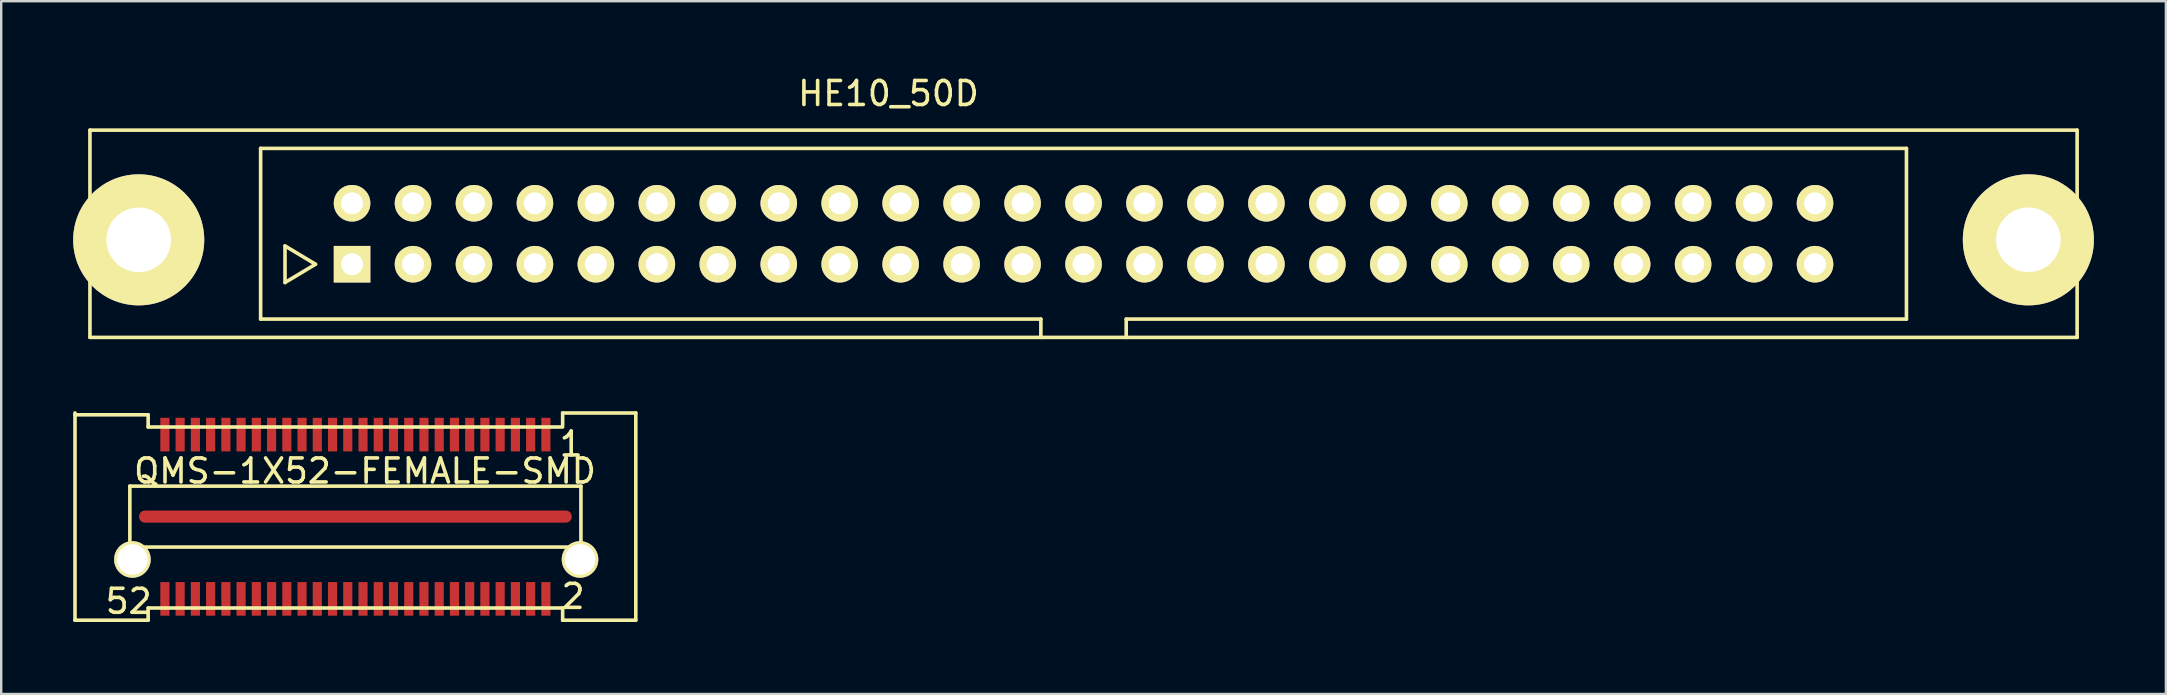
<source format=kicad_pcb>
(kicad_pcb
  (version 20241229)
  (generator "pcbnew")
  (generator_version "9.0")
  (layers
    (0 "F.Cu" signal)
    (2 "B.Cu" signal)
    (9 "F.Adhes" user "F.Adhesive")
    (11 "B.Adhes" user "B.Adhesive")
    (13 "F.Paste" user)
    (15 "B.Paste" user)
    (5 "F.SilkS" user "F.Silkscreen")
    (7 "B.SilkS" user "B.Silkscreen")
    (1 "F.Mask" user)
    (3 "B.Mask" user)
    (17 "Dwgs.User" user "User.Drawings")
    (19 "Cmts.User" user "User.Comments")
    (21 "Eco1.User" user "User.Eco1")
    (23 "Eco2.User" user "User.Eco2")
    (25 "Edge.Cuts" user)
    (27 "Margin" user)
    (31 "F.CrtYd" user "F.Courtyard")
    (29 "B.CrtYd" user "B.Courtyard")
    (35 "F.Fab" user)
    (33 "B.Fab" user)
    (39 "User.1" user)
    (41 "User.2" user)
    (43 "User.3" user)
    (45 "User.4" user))
  (footprint "QMS-1X52-FEMALE-SMD"
    (layer "F.Cu")
    (at 11.759 18.476)
    (property "Reference" "QMS-1X52-FEMALE-SMD" (at 0.4 -1.9 0) (layer "F.SilkS") (effects (font (size 1 1) (thickness 0.15))))
    (attr smd)
    (fp_line (start -11.684 -4.318) (end -11.684 4.318) (stroke (width 0.15) (type solid)) (layer "F.SilkS"))
    (fp_line (start -9.398 -1.27) (end -9.398 1.27) (stroke (width 0.15) (type solid)) (layer "F.SilkS"))
    (fp_line (start -9.398 1.27) (end 9.398 1.27) (stroke (width 0.15) (type solid)) (layer "F.SilkS"))
    (fp_line (start -8.636 -4.242) (end -11.684 -4.242) (stroke (width 0.15) (type solid)) (layer "F.SilkS"))
    (fp_line (start -8.636 -3.734) (end -8.636 -4.242) (stroke (width 0.15) (type solid)) (layer "F.SilkS"))
    (fp_line (start -8.636 3.81) (end 8.636 3.81) (stroke (width 0.15) (type solid)) (layer "F.SilkS"))
    (fp_line (start -8.636 4.318) (end -11.684 4.318) (stroke (width 0.15) (type solid)) (layer "F.SilkS"))
    (fp_line (start -8.636 4.318) (end -8.636 3.81) (stroke (width 0.15) (type solid)) (layer "F.SilkS"))
    (fp_line (start 8.636 -4.318) (end 8.636 -3.81) (stroke (width 0.15) (type solid)) (layer "F.SilkS"))
    (fp_line (start 8.636 -3.734) (end -8.636 -3.734) (stroke (width 0.15) (type solid)) (layer "F.SilkS"))
    (fp_line (start 8.636 3.81) (end 8.636 4.318) (stroke (width 0.15) (type solid)) (layer "F.SilkS"))
    (fp_line (start 8.636 4.318) (end 11.684 4.318) (stroke (width 0.15) (type solid)) (layer "F.SilkS"))
    (fp_line (start 9.398 -1.27) (end -9.398 -1.27) (stroke (width 0.15) (type solid)) (layer "F.SilkS"))
    (fp_line (start 9.398 1.27) (end 9.398 -1.27) (stroke (width 0.15) (type solid)) (layer "F.SilkS"))
    (fp_line (start 11.684 -4.318) (end 8.636 -4.318) (stroke (width 0.15) (type solid)) (layer "F.SilkS"))
    (fp_line (start 11.684 4.318) (end 11.684 -4.318) (stroke (width 0.15) (type solid)) (layer "F.SilkS"))
    (fp_text user "1" (at 8.992 -3.023 0) (layer "F.SilkS") (effects (font (size 1 1) (thickness 0.15))))
    (fp_text user "52" (at -9.449 3.531 0) (layer "F.SilkS") (effects (font (size 1 1) (thickness 0.15))))
    (fp_text user "2" (at 9.068 3.327 0) (layer "F.SilkS") (effects (font (size 1 1) (thickness 0.15))))
    (pad "" thru_hole circle (at -9.291 1.786) (size 1.524 1.524) (drill 1.27) (layers "*.Cu" "*.Mask" "F.SilkS"))
    (pad "" thru_hole circle (at 9.36 1.786) (size 1.524 1.524) (drill 1.27) (layers "*.Cu" "*.Mask" "F.SilkS"))
    (pad "1" smd rect (at 7.938 -3.416) (size 0.381 1.4) (layers "F.Cu" "F.Mask" "F.Paste"))
    (pad "2" smd rect (at 7.938 3.429) (size 0.381 1.4) (layers "F.Cu" "F.Mask" "F.Paste"))
    (pad "3" smd rect (at 7.303 -3.416) (size 0.381 1.4) (layers "F.Cu" "F.Mask" "F.Paste"))
    (pad "4" smd rect (at 7.303 3.429) (size 0.381 1.4) (layers "F.Cu" "F.Mask" "F.Paste"))
    (pad "5" smd rect (at 6.668 -3.416) (size 0.381 1.4) (layers "F.Cu" "F.Mask" "F.Paste"))
    (pad "6" smd rect (at 6.668 3.429) (size 0.381 1.4) (layers "F.Cu" "F.Mask" "F.Paste"))
    (pad "7" smd rect (at 6.032 -3.416) (size 0.381 1.4) (layers "F.Cu" "F.Mask" "F.Paste"))
    (pad "8" smd rect (at 6.032 3.429) (size 0.381 1.4) (layers "F.Cu" "F.Mask" "F.Paste"))
    (pad "9" smd rect (at 5.397 -3.416) (size 0.381 1.4) (layers "F.Cu" "F.Mask" "F.Paste"))
    (pad "10" smd rect (at 5.397 3.429) (size 0.381 1.4) (layers "F.Cu" "F.Mask" "F.Paste"))
    (pad "11" smd rect (at 4.763 -3.416) (size 0.381 1.4) (layers "F.Cu" "F.Mask" "F.Paste"))
    (pad "12" smd rect (at 4.763 3.429) (size 0.381 1.4) (layers "F.Cu" "F.Mask" "F.Paste"))
    (pad "13" smd rect (at 4.128 -3.416) (size 0.381 1.4) (layers "F.Cu" "F.Mask" "F.Paste"))
    (pad "14" smd rect (at 4.128 3.429) (size 0.381 1.4) (layers "F.Cu" "F.Mask" "F.Paste"))
    (pad "15" smd rect (at 3.493 -3.416) (size 0.381 1.4) (layers "F.Cu" "F.Mask" "F.Paste"))
    (pad "16" smd rect (at 3.493 3.429) (size 0.381 1.4) (layers "F.Cu" "F.Mask" "F.Paste"))
    (pad "17" smd rect (at 2.857 -3.416) (size 0.381 1.4) (layers "F.Cu" "F.Mask" "F.Paste"))
    (pad "18" smd rect (at 2.857 3.429) (size 0.381 1.4) (layers "F.Cu" "F.Mask" "F.Paste"))
    (pad "19" smd rect (at 2.223 -3.416) (size 0.381 1.4) (layers "F.Cu" "F.Mask" "F.Paste"))
    (pad "20" smd rect (at 2.223 3.429) (size 0.381 1.4) (layers "F.Cu" "F.Mask" "F.Paste"))
    (pad "21" smd rect (at 1.587 -3.416) (size 0.381 1.4) (layers "F.Cu" "F.Mask" "F.Paste"))
    (pad "22" smd rect (at 1.587 3.429) (size 0.381 1.4) (layers "F.Cu" "F.Mask" "F.Paste"))
    (pad "23" smd rect (at 0.953 -3.416) (size 0.381 1.4) (layers "F.Cu" "F.Mask" "F.Paste"))
    (pad "24" smd rect (at 0.953 3.429) (size 0.381 1.4) (layers "F.Cu" "F.Mask" "F.Paste"))
    (pad "25" smd rect (at 0.318 -3.416) (size 0.381 1.4) (layers "F.Cu" "F.Mask" "F.Paste"))
    (pad "26" smd rect (at 0.318 3.429) (size 0.381 1.4) (layers "F.Cu" "F.Mask" "F.Paste"))
    (pad "27" smd rect (at -0.318 -3.416) (size 0.381 1.4) (layers "F.Cu" "F.Mask" "F.Paste"))
    (pad "28" smd rect (at -0.318 3.429) (size 0.381 1.4) (layers "F.Cu" "F.Mask" "F.Paste"))
    (pad "29" smd rect (at -0.953 -3.416) (size 0.381 1.4) (layers "F.Cu" "F.Mask" "F.Paste"))
    (pad "30" smd rect (at -0.953 3.429) (size 0.381 1.4) (layers "F.Cu" "F.Mask" "F.Paste"))
    (pad "31" smd rect (at -1.587 -3.416) (size 0.381 1.4) (layers "F.Cu" "F.Mask" "F.Paste"))
    (pad "32" smd rect (at -1.587 3.429) (size 0.381 1.4) (layers "F.Cu" "F.Mask" "F.Paste"))
    (pad "33" smd rect (at -2.223 -3.416) (size 0.381 1.4) (layers "F.Cu" "F.Mask" "F.Paste"))
    (pad "34" smd rect (at -2.223 3.429) (size 0.381 1.4) (layers "F.Cu" "F.Mask" "F.Paste"))
    (pad "35" smd rect (at -2.857 -3.416) (size 0.381 1.4) (layers "F.Cu" "F.Mask" "F.Paste"))
    (pad "36" smd rect (at -2.857 3.429) (size 0.381 1.4) (layers "F.Cu" "F.Mask" "F.Paste"))
    (pad "37" smd rect (at -3.493 -3.416) (size 0.381 1.4) (layers "F.Cu" "F.Mask" "F.Paste"))
    (pad "38" smd rect (at -3.493 3.429) (size 0.381 1.4) (layers "F.Cu" "F.Mask" "F.Paste"))
    (pad "39" smd rect (at -4.128 -3.416) (size 0.381 1.4) (layers "F.Cu" "F.Mask" "F.Paste"))
    (pad "40" smd rect (at -4.128 3.429) (size 0.381 1.4) (layers "F.Cu" "F.Mask" "F.Paste"))
    (pad "41" smd rect (at -4.763 -3.416) (size 0.381 1.4) (layers "F.Cu" "F.Mask" "F.Paste"))
    (pad "42" smd rect (at -4.763 3.429) (size 0.381 1.4) (layers "F.Cu" "F.Mask" "F.Paste"))
    (pad "43" smd rect (at -5.397 -3.416) (size 0.381 1.4) (layers "F.Cu" "F.Mask" "F.Paste"))
    (pad "44" smd rect (at -5.397 3.429) (size 0.381 1.4) (layers "F.Cu" "F.Mask" "F.Paste"))
    (pad "45" smd rect (at -6.032 -3.416) (size 0.381 1.4) (layers "F.Cu" "F.Mask" "F.Paste"))
    (pad "46" smd rect (at -6.032 3.429) (size 0.381 1.4) (layers "F.Cu" "F.Mask" "F.Paste"))
    (pad "47" smd rect (at -6.668 -3.416) (size 0.381 1.4) (layers "F.Cu" "F.Mask" "F.Paste"))
    (pad "48" smd rect (at -6.668 3.429) (size 0.381 1.4) (layers "F.Cu" "F.Mask" "F.Paste"))
    (pad "49" smd rect (at -7.303 -3.416) (size 0.381 1.4) (layers "F.Cu" "F.Mask" "F.Paste"))
    (pad "50" smd rect (at -7.303 3.429) (size 0.381 1.4) (layers "F.Cu" "F.Mask" "F.Paste"))
    (pad "51" smd rect (at -7.938 -3.416) (size 0.381 1.4) (layers "F.Cu" "F.Mask" "F.Paste"))
    (pad "52" smd rect (at -7.938 3.429) (size 0.381 1.4) (layers "F.Cu" "F.Mask" "F.Paste"))
    (pad "53" smd oval (at 0 0) (size 18.034 0.508) (layers "F.Cu" "F.Mask" "F.Paste")))
  (footprint "HE10_50D"
    (layer "F.Cu")
    (at 42.1 6.69)
    (property "Reference" "HE10_50D" (at -8.128 -5.842 0) (layer "F.SilkS") (effects (font (size 1 1) (thickness 0.15))))
    (attr through_hole)
    (fp_line (start -41.402 -4.318) (end -41.402 4.318) (stroke (width 0.15) (type solid)) (layer "F.SilkS"))
    (fp_line (start -41.402 4.318) (end 41.402 4.318) (stroke (width 0.15) (type solid)) (layer "F.SilkS"))
    (fp_line (start -34.29 -3.556) (end 34.29 -3.556) (stroke (width 0.15) (type solid)) (layer "F.SilkS"))
    (fp_line (start -34.29 3.556) (end -34.29 -3.556) (stroke (width 0.15) (type solid)) (layer "F.SilkS"))
    (fp_line (start -33.274 0.508) (end -33.274 2.032) (stroke (width 0.15) (type solid)) (layer "F.SilkS"))
    (fp_line (start -33.274 2.032) (end -32.004 1.27) (stroke (width 0.15) (type solid)) (layer "F.SilkS"))
    (fp_line (start -32.004 1.27) (end -33.274 0.508) (stroke (width 0.15) (type solid)) (layer "F.SilkS"))
    (fp_line (start -1.778 3.556) (end -34.29 3.556) (stroke (width 0.15) (type solid)) (layer "F.SilkS"))
    (fp_line (start -1.778 4.318) (end -1.778 3.556) (stroke (width 0.15) (type solid)) (layer "F.SilkS"))
    (fp_line (start 1.778 3.556) (end 1.778 4.318) (stroke (width 0.15) (type solid)) (layer "F.SilkS"))
    (fp_line (start 34.29 -3.556) (end 34.29 3.556) (stroke (width 0.15) (type solid)) (layer "F.SilkS"))
    (fp_line (start 34.29 3.556) (end 1.778 3.556) (stroke (width 0.15) (type solid)) (layer "F.SilkS"))
    (fp_line (start 41.402 -4.318) (end -41.402 -4.318) (stroke (width 0.15) (type solid)) (layer "F.SilkS"))
    (fp_line (start 41.402 4.318) (end 41.402 -4.318) (stroke (width 0.15) (type solid)) (layer "F.SilkS"))
    (pad "" thru_hole circle (at -39.37 0.254) (size 5.461 5.461) (drill 2.692) (layers "*.Cu" "*.Mask" "F.SilkS"))
    (pad "" thru_hole circle (at 39.37 0.254) (size 5.461 5.461) (drill 2.692) (layers "*.Cu" "*.Mask" "F.SilkS"))
    (pad "1" thru_hole rect (at -30.48 1.27) (size 1.524 1.524) (drill 0.914) (layers "*.Cu" "*.Mask" "F.SilkS"))
    (pad "2" thru_hole circle (at -30.48 -1.27) (size 1.524 1.524) (drill 0.914) (layers "*.Cu" "*.Mask" "F.SilkS"))
    (pad "3" thru_hole circle (at -27.94 1.27) (size 1.524 1.524) (drill 0.914) (layers "*.Cu" "*.Mask" "F.SilkS"))
    (pad "4" thru_hole circle (at -27.94 -1.27) (size 1.524 1.524) (drill 0.914) (layers "*.Cu" "*.Mask" "F.SilkS"))
    (pad "5" thru_hole circle (at -25.4 1.27) (size 1.524 1.524) (drill 0.914) (layers "*.Cu" "*.Mask" "F.SilkS"))
    (pad "6" thru_hole circle (at -25.4 -1.27) (size 1.524 1.524) (drill 0.914) (layers "*.Cu" "*.Mask" "F.SilkS"))
    (pad "7" thru_hole circle (at -22.86 1.27) (size 1.524 1.524) (drill 0.914) (layers "*.Cu" "*.Mask" "F.SilkS"))
    (pad "8" thru_hole circle (at -22.86 -1.27) (size 1.524 1.524) (drill 0.914) (layers "*.Cu" "*.Mask" "F.SilkS"))
    (pad "9" thru_hole circle (at -20.32 1.27) (size 1.524 1.524) (drill 0.914) (layers "*.Cu" "*.Mask" "F.SilkS"))
    (pad "10" thru_hole circle (at -20.32 -1.27) (size 1.524 1.524) (drill 0.914) (layers "*.Cu" "*.Mask" "F.SilkS"))
    (pad "11" thru_hole circle (at -17.78 1.27) (size 1.524 1.524) (drill 0.914) (layers "*.Cu" "*.Mask" "F.SilkS"))
    (pad "12" thru_hole circle (at -17.78 -1.27) (size 1.524 1.524) (drill 0.914) (layers "*.Cu" "*.Mask" "F.SilkS"))
    (pad "13" thru_hole circle (at -15.24 1.27) (size 1.524 1.524) (drill 0.914) (layers "*.Cu" "*.Mask" "F.SilkS"))
    (pad "14" thru_hole circle (at -15.24 -1.27) (size 1.524 1.524) (drill 0.914) (layers "*.Cu" "*.Mask" "F.SilkS"))
    (pad "15" thru_hole circle (at -12.7 1.27) (size 1.524 1.524) (drill 0.914) (layers "*.Cu" "*.Mask" "F.SilkS"))
    (pad "16" thru_hole circle (at -12.7 -1.27) (size 1.524 1.524) (drill 0.914) (layers "*.Cu" "*.Mask" "F.SilkS"))
    (pad "17" thru_hole circle (at -10.16 1.27) (size 1.524 1.524) (drill 0.914) (layers "*.Cu" "*.Mask" "F.SilkS"))
    (pad "18" thru_hole circle (at -10.16 -1.27) (size 1.524 1.524) (drill 0.914) (layers "*.Cu" "*.Mask" "F.SilkS"))
    (pad "19" thru_hole circle (at -7.62 1.27) (size 1.524 1.524) (drill 0.914) (layers "*.Cu" "*.Mask" "F.SilkS"))
    (pad "20" thru_hole circle (at -7.62 -1.27) (size 1.524 1.524) (drill 0.914) (layers "*.Cu" "*.Mask" "F.SilkS"))
    (pad "21" thru_hole circle (at -5.08 1.27) (size 1.524 1.524) (drill 0.914) (layers "*.Cu" "*.Mask" "F.SilkS"))
    (pad "22" thru_hole circle (at -5.08 -1.27) (size 1.524 1.524) (drill 0.914) (layers "*.Cu" "*.Mask" "F.SilkS"))
    (pad "23" thru_hole circle (at -2.54 1.27) (size 1.524 1.524) (drill 0.914) (layers "*.Cu" "*.Mask" "F.SilkS"))
    (pad "24" thru_hole circle (at -2.54 -1.27) (size 1.524 1.524) (drill 0.914) (layers "*.Cu" "*.Mask" "F.SilkS"))
    (pad "25" thru_hole circle (at 0 1.27) (size 1.524 1.524) (drill 0.914) (layers "*.Cu" "*.Mask" "F.SilkS"))
    (pad "26" thru_hole circle (at 0 -1.27) (size 1.524 1.524) (drill 0.914) (layers "*.Cu" "*.Mask" "F.SilkS"))
    (pad "27" thru_hole circle (at 2.54 1.27) (size 1.524 1.524) (drill 0.914) (layers "*.Cu" "*.Mask" "F.SilkS"))
    (pad "28" thru_hole circle (at 2.54 -1.27) (size 1.524 1.524) (drill 0.914) (layers "*.Cu" "*.Mask" "F.SilkS"))
    (pad "29" thru_hole circle (at 5.08 1.27) (size 1.524 1.524) (drill 0.914) (layers "*.Cu" "*.Mask" "F.SilkS"))
    (pad "30" thru_hole circle (at 5.08 -1.27) (size 1.524 1.524) (drill 0.914) (layers "*.Cu" "*.Mask" "F.SilkS"))
    (pad "31" thru_hole circle (at 7.62 1.27) (size 1.524 1.524) (drill 0.914) (layers "*.Cu" "*.Mask" "F.SilkS"))
    (pad "32" thru_hole circle (at 7.62 -1.27) (size 1.524 1.524) (drill 0.914) (layers "*.Cu" "*.Mask" "F.SilkS"))
    (pad "33" thru_hole circle (at 10.16 1.27) (size 1.524 1.524) (drill 0.914) (layers "*.Cu" "*.Mask" "F.SilkS"))
    (pad "34" thru_hole circle (at 10.16 -1.27) (size 1.524 1.524) (drill 0.914) (layers "*.Cu" "*.Mask" "F.SilkS"))
    (pad "35" thru_hole circle (at 12.7 1.27) (size 1.524 1.524) (drill 0.914) (layers "*.Cu" "*.Mask" "F.SilkS"))
    (pad "36" thru_hole circle (at 12.7 -1.27) (size 1.524 1.524) (drill 0.914) (layers "*.Cu" "*.Mask" "F.SilkS"))
    (pad "37" thru_hole circle (at 15.24 1.27) (size 1.524 1.524) (drill 0.914) (layers "*.Cu" "*.Mask" "F.SilkS"))
    (pad "38" thru_hole circle (at 15.24 -1.27) (size 1.524 1.524) (drill 0.914) (layers "*.Cu" "*.Mask" "F.SilkS"))
    (pad "39" thru_hole circle (at 17.78 1.27) (size 1.524 1.524) (drill 0.914) (layers "*.Cu" "*.Mask" "F.SilkS"))
    (pad "40" thru_hole circle (at 17.78 -1.27) (size 1.524 1.524) (drill 0.914) (layers "*.Cu" "*.Mask" "F.SilkS"))
    (pad "41" thru_hole circle (at 20.32 1.27) (size 1.524 1.524) (drill 0.914) (layers "*.Cu" "*.Mask" "F.SilkS"))
    (pad "42" thru_hole circle (at 20.32 -1.27) (size 1.524 1.524) (drill 0.914) (layers "*.Cu" "*.Mask" "F.SilkS"))
    (pad "43" thru_hole circle (at 22.86 1.27) (size 1.524 1.524) (drill 0.914) (layers "*.Cu" "*.Mask" "F.SilkS"))
    (pad "44" thru_hole circle (at 22.86 -1.27) (size 1.524 1.524) (drill 0.914) (layers "*.Cu" "*.Mask" "F.SilkS"))
    (pad "45" thru_hole circle (at 25.4 1.27) (size 1.524 1.524) (drill 0.914) (layers "*.Cu" "*.Mask" "F.SilkS"))
    (pad "46" thru_hole circle (at 25.4 -1.27) (size 1.524 1.524) (drill 0.914) (layers "*.Cu" "*.Mask" "F.SilkS"))
    (pad "47" thru_hole circle (at 27.94 1.27) (size 1.524 1.524) (drill 0.914) (layers "*.Cu" "*.Mask" "F.SilkS"))
    (pad "48" thru_hole circle (at 27.94 -1.27) (size 1.524 1.524) (drill 0.914) (layers "*.Cu" "*.Mask" "F.SilkS"))
    (pad "49" thru_hole circle (at 30.48 1.27) (size 1.524 1.524) (drill 0.914) (layers "*.Cu" "*.Mask" "F.SilkS"))
    (pad "50" thru_hole circle (at 30.48 -1.27) (size 1.524 1.524) (drill 0.914) (layers "*.Cu" "*.Mask" "F.SilkS")))
  (gr_rect
    (start -3 -3)
    (end 87.201 25.869)
    (stroke (width 0.1) (type default))
    (fill no)
    (layer "Edge.Cuts")))
</source>
